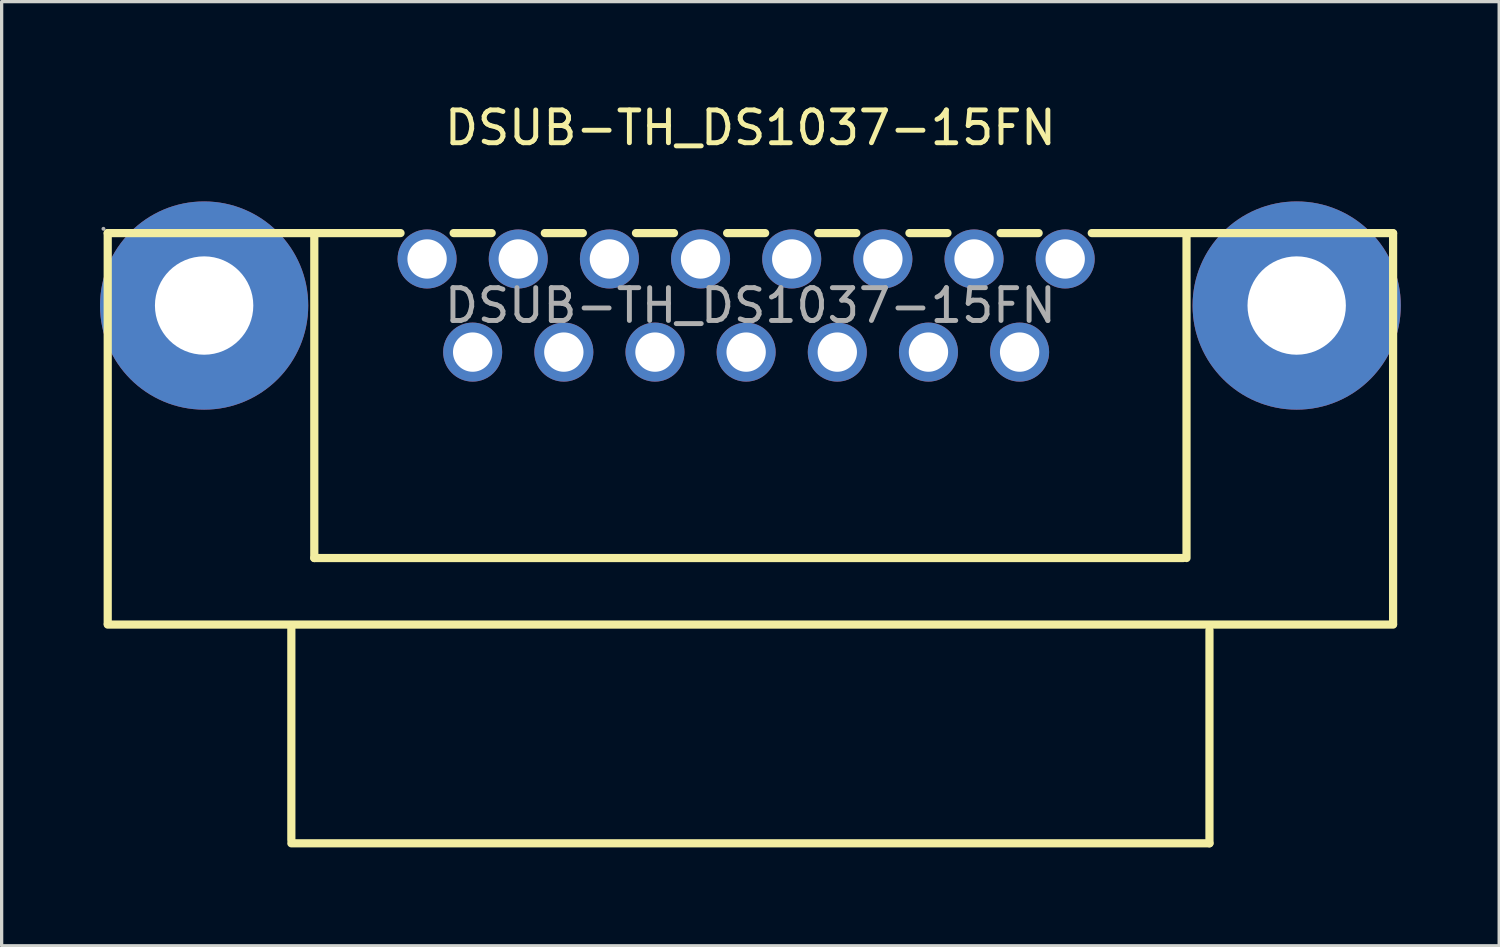
<source format=kicad_pcb>
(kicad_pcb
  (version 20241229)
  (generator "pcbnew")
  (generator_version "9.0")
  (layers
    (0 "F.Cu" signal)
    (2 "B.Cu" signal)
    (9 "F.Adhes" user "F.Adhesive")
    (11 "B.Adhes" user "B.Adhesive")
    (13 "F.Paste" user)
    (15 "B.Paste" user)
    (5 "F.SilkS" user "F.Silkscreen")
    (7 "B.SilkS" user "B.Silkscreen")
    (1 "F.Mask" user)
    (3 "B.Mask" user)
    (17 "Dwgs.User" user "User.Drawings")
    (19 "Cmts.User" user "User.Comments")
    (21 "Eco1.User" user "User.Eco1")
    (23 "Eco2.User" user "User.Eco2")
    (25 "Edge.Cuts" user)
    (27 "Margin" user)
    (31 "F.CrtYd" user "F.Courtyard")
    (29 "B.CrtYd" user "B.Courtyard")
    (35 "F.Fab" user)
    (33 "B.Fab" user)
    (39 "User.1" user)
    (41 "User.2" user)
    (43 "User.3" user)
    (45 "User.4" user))
  (footprint "DSUB-TH_DS1037-15FN"
    (layer "F.Cu")
    (at 19.835 6.268)
    (property "Reference" "DSUB-TH_DS1037-15FN" (at 0 -5.42 0) (layer "F.SilkS") (effects (font (size 1 1) (thickness 0.15))))
    (attr through_hole)
    (fp_line (start -19.6 -2.21) (end -10.67 -2.21) (stroke (width 0.25) (type solid)) (layer "F.SilkS"))
    (fp_line (start -19.6 9.7) (end -19.6 -2.21) (stroke (width 0.25) (type solid)) (layer "F.SilkS"))
    (fp_line (start -14 16.3) (end -14 9.8) (stroke (width 0.25) (type solid)) (layer "F.SilkS"))
    (fp_line (start -13.3 7.7) (end -13.3 -2.2) (stroke (width 0.25) (type solid)) (layer "F.SilkS"))
    (fp_line (start -9.05 -2.21) (end -7.89 -2.21) (stroke (width 0.25) (type solid)) (layer "F.SilkS"))
    (fp_line (start -6.27 -2.21) (end -5.11 -2.21) (stroke (width 0.25) (type solid)) (layer "F.SilkS"))
    (fp_line (start -3.49 -2.21) (end -2.33 -2.21) (stroke (width 0.25) (type solid)) (layer "F.SilkS"))
    (fp_line (start -0.71 -2.21) (end 0.45 -2.21) (stroke (width 0.25) (type solid)) (layer "F.SilkS"))
    (fp_line (start 2.07 -2.21) (end 3.23 -2.21) (stroke (width 0.25) (type solid)) (layer "F.SilkS"))
    (fp_line (start 4.85 -2.21) (end 6.01 -2.21) (stroke (width 0.25) (type solid)) (layer "F.SilkS"))
    (fp_line (start 7.63 -2.21) (end 8.79 -2.21) (stroke (width 0.25) (type solid)) (layer "F.SilkS"))
    (fp_line (start 10.41 -2.21) (end 19.6 -2.21) (stroke (width 0.25) (type solid)) (layer "F.SilkS"))
    (fp_line (start 13.2 7.7) (end -13.3 7.7) (stroke (width 0.25) (type solid)) (layer "F.SilkS"))
    (fp_line (start 13.3 7.7) (end 13.3 -2.21) (stroke (width 0.25) (type solid)) (layer "F.SilkS"))
    (fp_line (start 14 16.4) (end -14 16.4) (stroke (width 0.25) (type solid)) (layer "F.SilkS"))
    (fp_line (start 14 16.4) (end 14 9.9) (stroke (width 0.25) (type solid)) (layer "F.SilkS"))
    (fp_line (start 19.6 9.71) (end 19.6 -2.2) (stroke (width 0.25) (type solid)) (layer "F.SilkS"))
    (fp_line (start 19.6 9.73) (end -19.6 9.73) (stroke (width 0.25) (type solid)) (layer "F.SilkS"))
    (fp_circle (center -19.73 -2.34) (end -19.7 -2.34) (stroke (width 0.06) (type solid)) (fill no) (layer "F.Fab"))
    (fp_circle (center -16.66 0) (end -15.94 0) (stroke (width 1.43) (type solid)) (fill no) (layer "F.Fab"))
    (fp_circle (center -9.86 -1.42) (end -9.61 -1.42) (stroke (width 0.5) (type solid)) (fill no) (layer "F.Fab"))
    (fp_circle (center -8.47 1.42) (end -8.22 1.42) (stroke (width 0.5) (type solid)) (fill no) (layer "F.Fab"))
    (fp_circle (center -7.08 -1.42) (end -6.83 -1.42) (stroke (width 0.5) (type solid)) (fill no) (layer "F.Fab"))
    (fp_circle (center -5.69 1.42) (end -5.44 1.42) (stroke (width 0.5) (type solid)) (fill no) (layer "F.Fab"))
    (fp_circle (center -4.3 -1.42) (end -4.05 -1.42) (stroke (width 0.5) (type solid)) (fill no) (layer "F.Fab"))
    (fp_circle (center -2.91 1.42) (end -2.66 1.42) (stroke (width 0.5) (type solid)) (fill no) (layer "F.Fab"))
    (fp_circle (center -1.52 -1.42) (end -1.27 -1.42) (stroke (width 0.5) (type solid)) (fill no) (layer "F.Fab"))
    (fp_circle (center -0.13 1.42) (end 0.12 1.42) (stroke (width 0.5) (type solid)) (fill no) (layer "F.Fab"))
    (fp_circle (center 1.26 -1.42) (end 1.51 -1.42) (stroke (width 0.5) (type solid)) (fill no) (layer "F.Fab"))
    (fp_circle (center 2.65 1.42) (end 2.9 1.42) (stroke (width 0.5) (type solid)) (fill no) (layer "F.Fab"))
    (fp_circle (center 4.04 -1.42) (end 4.29 -1.42) (stroke (width 0.5) (type solid)) (fill no) (layer "F.Fab"))
    (fp_circle (center 5.43 1.42) (end 5.68 1.42) (stroke (width 0.5) (type solid)) (fill no) (layer "F.Fab"))
    (fp_circle (center 6.82 -1.42) (end 7.07 -1.42) (stroke (width 0.5) (type solid)) (fill no) (layer "F.Fab"))
    (fp_circle (center 8.21 1.42) (end 8.46 1.42) (stroke (width 0.5) (type solid)) (fill no) (layer "F.Fab"))
    (fp_circle (center 9.6 -1.42) (end 9.85 -1.42) (stroke (width 0.5) (type solid)) (fill no) (layer "F.Fab"))
    (fp_circle (center 16.66 0) (end 17.37 0) (stroke (width 1.42) (type solid)) (fill no) (layer "F.Fab"))
    (fp_text user "${REFERENCE}" (at 0 0 0) (layer "F.Fab") (effects (font (size 1 1) (thickness 0.15))))
    (pad "0" thru_hole circle (at -16.66 0) (size 6.35 6.35) (drill 3) (layers "*.Cu" "*.Mask"))
    (pad "0" thru_hole circle (at 16.66 0) (size 6.35 6.35) (drill 3) (layers "*.Cu" "*.Mask"))
    (pad "1" thru_hole circle (at -9.86 -1.42 180) (size 1.8 1.8) (drill 1.2) (layers "*.Cu" "*.Mask"))
    (pad "2" thru_hole circle (at -7.08 -1.42 180) (size 1.8 1.8) (drill 1.2) (layers "*.Cu" "*.Mask"))
    (pad "3" thru_hole circle (at -4.3 -1.42 180) (size 1.8 1.8) (drill 1.2) (layers "*.Cu" "*.Mask"))
    (pad "4" thru_hole circle (at -1.52 -1.42 180) (size 1.8 1.8) (drill 1.2) (layers "*.Cu" "*.Mask"))
    (pad "5" thru_hole circle (at 1.26 -1.42 180) (size 1.8 1.8) (drill 1.2) (layers "*.Cu" "*.Mask"))
    (pad "6" thru_hole circle (at 4.04 -1.42 180) (size 1.8 1.8) (drill 1.2) (layers "*.Cu" "*.Mask"))
    (pad "7" thru_hole circle (at 6.82 -1.42 180) (size 1.8 1.8) (drill 1.2) (layers "*.Cu" "*.Mask"))
    (pad "8" thru_hole circle (at 9.6 -1.42 180) (size 1.8 1.8) (drill 1.2) (layers "*.Cu" "*.Mask"))
    (pad "9" thru_hole circle (at -8.47 1.42 180) (size 1.8 1.8) (drill 1.2) (layers "*.Cu" "*.Mask"))
    (pad "10" thru_hole circle (at -5.69 1.42 180) (size 1.8 1.8) (drill 1.2) (layers "*.Cu" "*.Mask"))
    (pad "11" thru_hole circle (at -2.91 1.42 180) (size 1.8 1.8) (drill 1.2) (layers "*.Cu" "*.Mask"))
    (pad "12" thru_hole circle (at -0.13 1.42 180) (size 1.8 1.8) (drill 1.2) (layers "*.Cu" "*.Mask"))
    (pad "13" thru_hole circle (at 2.65 1.42 180) (size 1.8 1.8) (drill 1.2) (layers "*.Cu" "*.Mask"))
    (pad "14" thru_hole circle (at 5.43 1.42 180) (size 1.8 1.8) (drill 1.2) (layers "*.Cu" "*.Mask"))
    (pad "15" thru_hole circle (at 8.21 1.42 180) (size 1.8 1.8) (drill 1.2) (layers "*.Cu" "*.Mask")))
  (gr_rect
    (start -3 -3)
    (end 42.67 25.793)
    (stroke (width 0.1) (type default))
    (fill no)
    (layer "Edge.Cuts")))
</source>
